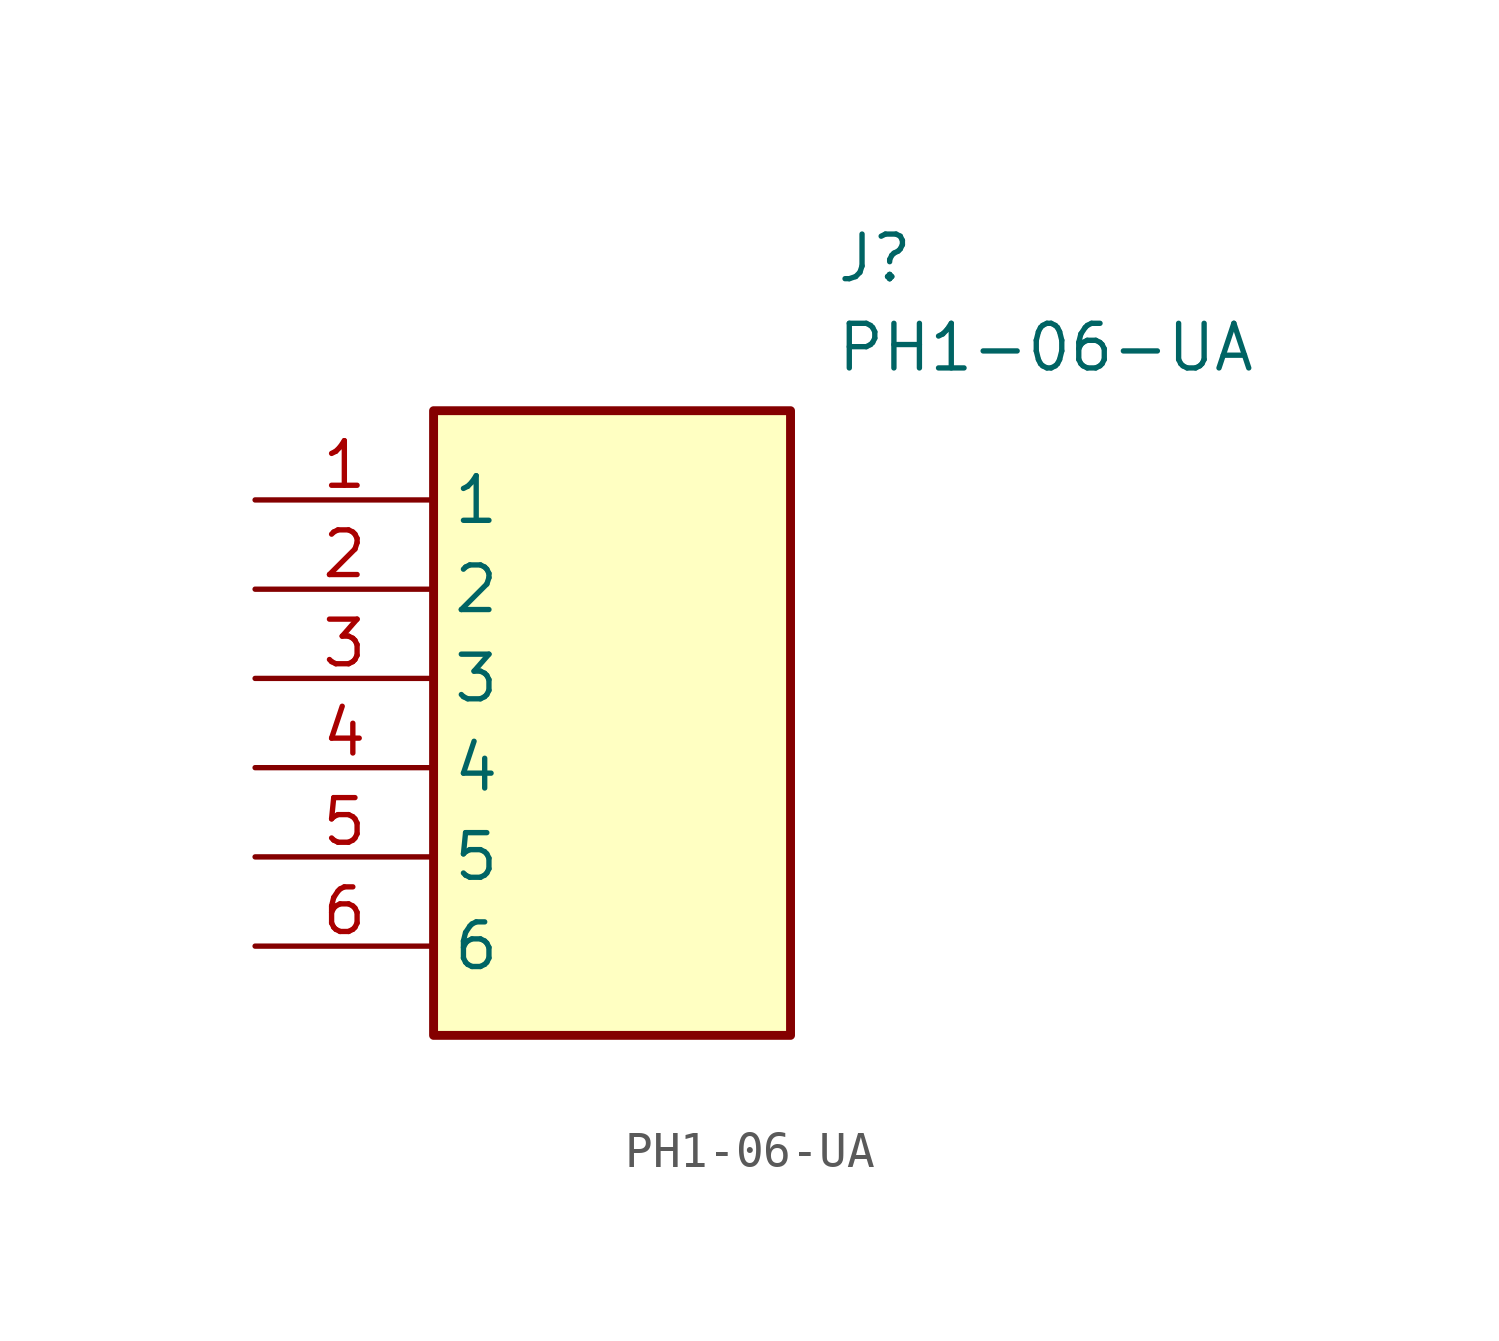
<source format=kicad_sym>
(kicad_symbol_lib
  (version 20241209)
  (generator "kicad_symbol_editor")
  (generator_version "9.0")
  (symbol "PH1-06-UA"
    (property "Reference" "J"
      (at 16.51 7.62 0)
      (effects (font (size 1.27 1.27)) (justify left top)))
    (property "Value" "PH1-06-UA"
      (at 16.51 5.08 0)
      (effects (font (size 1.27 1.27)) (justify left top)))
    (symbol "PH1-06-UA_1_1"
      (rectangle (start 5.08 2.54) (end 15.24 -15.24) (stroke (width 0.254) (type default)) (fill (type background)))
      (pin passive line (at 0 0 0) (length 5.08) (name "1" (effects (font (size 1.27 1.27)))) (number "1" (effects (font (size 1.27 1.27)))))
      (pin passive line (at 0 -2.54 0) (length 5.08) (name "2" (effects (font (size 1.27 1.27)))) (number "2" (effects (font (size 1.27 1.27)))))
      (pin passive line (at 0 -5.08 0) (length 5.08) (name "3" (effects (font (size 1.27 1.27)))) (number "3" (effects (font (size 1.27 1.27)))))
      (pin passive line (at 0 -7.62 0) (length 5.08) (name "4" (effects (font (size 1.27 1.27)))) (number "4" (effects (font (size 1.27 1.27)))))
      (pin passive line (at 0 -10.16 0) (length 5.08) (name "5" (effects (font (size 1.27 1.27)))) (number "5" (effects (font (size 1.27 1.27)))))
      (pin passive line (at 0 -12.7 0) (length 5.08) (name "6" (effects (font (size 1.27 1.27)))) (number "6" (effects (font (size 1.27 1.27))))))))
</source>
